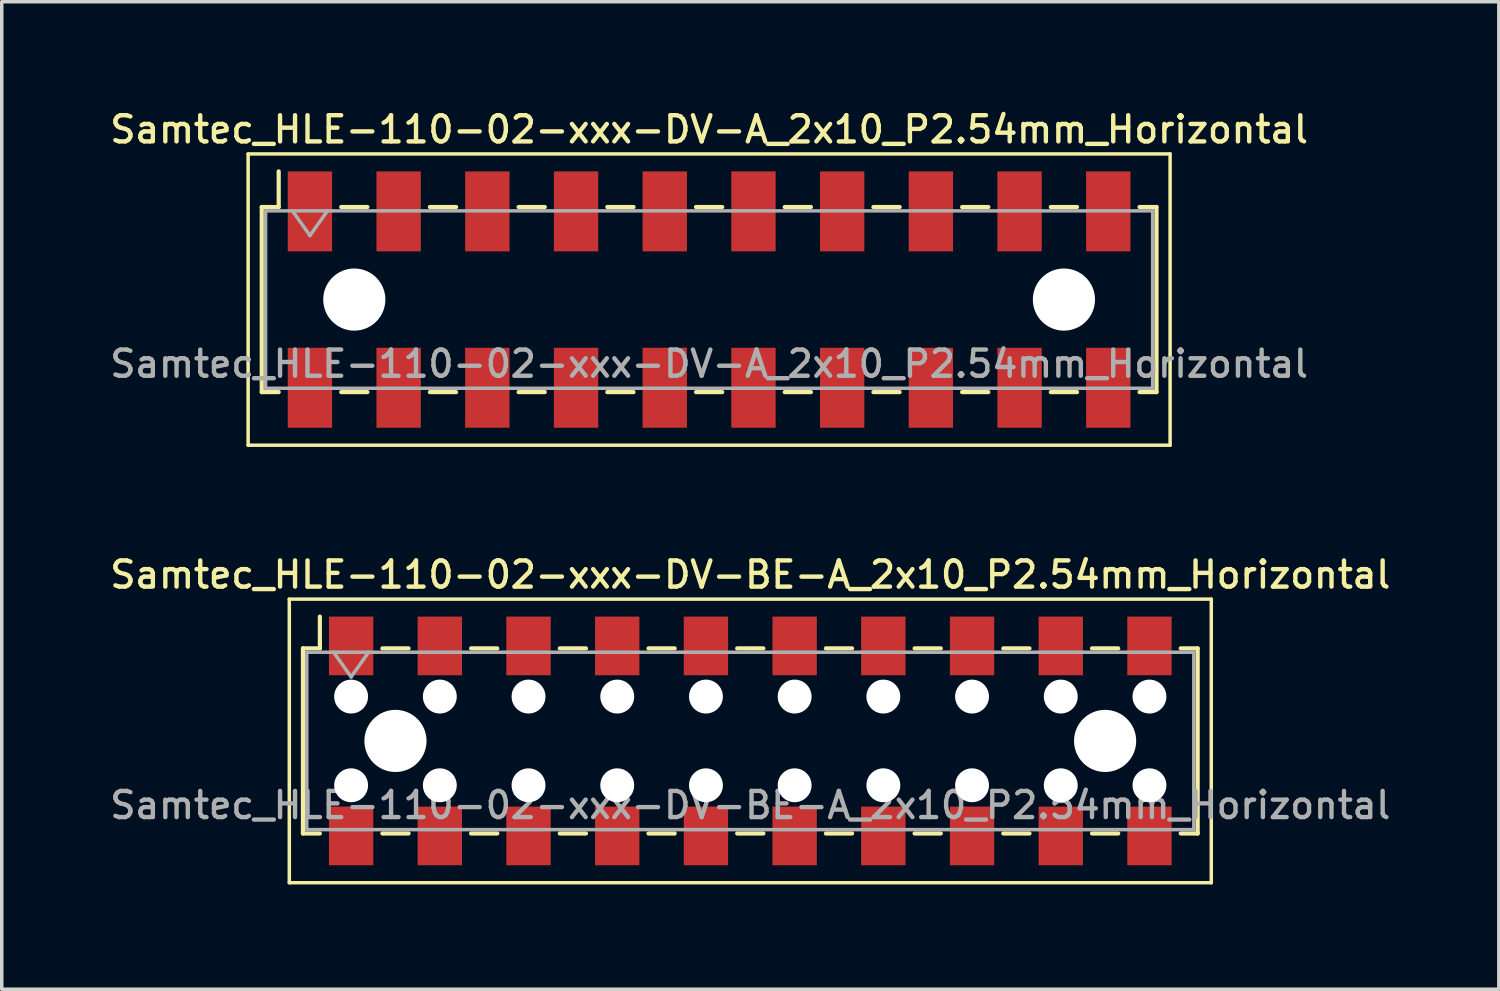
<source format=kicad_pcb>
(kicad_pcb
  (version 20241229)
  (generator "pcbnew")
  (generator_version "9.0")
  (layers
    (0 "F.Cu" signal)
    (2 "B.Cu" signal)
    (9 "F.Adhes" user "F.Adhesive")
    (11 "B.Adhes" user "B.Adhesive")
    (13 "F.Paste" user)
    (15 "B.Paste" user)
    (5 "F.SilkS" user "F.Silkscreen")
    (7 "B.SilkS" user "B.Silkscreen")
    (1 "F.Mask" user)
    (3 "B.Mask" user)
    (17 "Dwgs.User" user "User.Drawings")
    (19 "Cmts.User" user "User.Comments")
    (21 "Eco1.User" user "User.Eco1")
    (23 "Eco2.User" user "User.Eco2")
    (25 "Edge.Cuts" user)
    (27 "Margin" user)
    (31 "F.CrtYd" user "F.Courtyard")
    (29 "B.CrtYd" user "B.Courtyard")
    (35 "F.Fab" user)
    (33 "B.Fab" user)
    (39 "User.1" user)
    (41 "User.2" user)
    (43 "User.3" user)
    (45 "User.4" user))
  (footprint "Samtec_HLE-110-02-xxx-DV-A_2x10_P2.54mm_Horizontal"
    (layer "F.Cu")
    (at 17.255 5.528)
    (property "Reference" "Samtec_HLE-110-02-xxx-DV-A_2x10_P2.54mm_Horizontal" (at 0 -4.87 0) (layer "F.SilkS") (effects (font (size 0.75 0.75) (thickness 0.125))))
    (attr smd)
    (fp_line (start -13.2 -4.17) (end 13.2 -4.17) (stroke (width 0.1) (type solid)) (layer "F.SilkS"))
    (fp_line (start -13.2 4.17) (end -13.2 -4.17) (stroke (width 0.1) (type solid)) (layer "F.SilkS"))
    (fp_line (start -12.81 -2.65) (end -12.81 2.65) (stroke (width 0.12) (type solid)) (layer "F.SilkS"))
    (fp_line (start -12.81 2.65) (end -12.325 2.65) (stroke (width 0.12) (type solid)) (layer "F.SilkS"))
    (fp_line (start -12.325 -3.67) (end -12.325 -2.65) (stroke (width 0.12) (type solid)) (layer "F.SilkS"))
    (fp_line (start -12.325 -2.65) (end -12.81 -2.65) (stroke (width 0.12) (type solid)) (layer "F.SilkS"))
    (fp_line (start -10.535 -2.65) (end -9.785 -2.65) (stroke (width 0.12) (type solid)) (layer "F.SilkS"))
    (fp_line (start -10.535 2.65) (end -9.785 2.65) (stroke (width 0.12) (type solid)) (layer "F.SilkS"))
    (fp_line (start -7.995 -2.65) (end -7.245 -2.65) (stroke (width 0.12) (type solid)) (layer "F.SilkS"))
    (fp_line (start -7.995 2.65) (end -7.245 2.65) (stroke (width 0.12) (type solid)) (layer "F.SilkS"))
    (fp_line (start -5.455 -2.65) (end -4.705 -2.65) (stroke (width 0.12) (type solid)) (layer "F.SilkS"))
    (fp_line (start -5.455 2.65) (end -4.705 2.65) (stroke (width 0.12) (type solid)) (layer "F.SilkS"))
    (fp_line (start -2.915 -2.65) (end -2.165 -2.65) (stroke (width 0.12) (type solid)) (layer "F.SilkS"))
    (fp_line (start -2.915 2.65) (end -2.165 2.65) (stroke (width 0.12) (type solid)) (layer "F.SilkS"))
    (fp_line (start -0.375 -2.65) (end 0.375 -2.65) (stroke (width 0.12) (type solid)) (layer "F.SilkS"))
    (fp_line (start -0.375 2.65) (end 0.375 2.65) (stroke (width 0.12) (type solid)) (layer "F.SilkS"))
    (fp_line (start 2.165 -2.65) (end 2.915 -2.65) (stroke (width 0.12) (type solid)) (layer "F.SilkS"))
    (fp_line (start 2.165 2.65) (end 2.915 2.65) (stroke (width 0.12) (type solid)) (layer "F.SilkS"))
    (fp_line (start 4.705 -2.65) (end 5.455 -2.65) (stroke (width 0.12) (type solid)) (layer "F.SilkS"))
    (fp_line (start 4.705 2.65) (end 5.455 2.65) (stroke (width 0.12) (type solid)) (layer "F.SilkS"))
    (fp_line (start 7.245 -2.65) (end 7.995 -2.65) (stroke (width 0.12) (type solid)) (layer "F.SilkS"))
    (fp_line (start 7.245 2.65) (end 7.995 2.65) (stroke (width 0.12) (type solid)) (layer "F.SilkS"))
    (fp_line (start 9.785 -2.65) (end 10.535 -2.65) (stroke (width 0.12) (type solid)) (layer "F.SilkS"))
    (fp_line (start 9.785 2.65) (end 10.535 2.65) (stroke (width 0.12) (type solid)) (layer "F.SilkS"))
    (fp_line (start 12.325 -2.65) (end 12.81 -2.65) (stroke (width 0.12) (type solid)) (layer "F.SilkS"))
    (fp_line (start 12.81 -2.65) (end 12.81 2.65) (stroke (width 0.12) (type solid)) (layer "F.SilkS"))
    (fp_line (start 12.81 2.65) (end 12.325 2.65) (stroke (width 0.12) (type solid)) (layer "F.SilkS"))
    (fp_line (start 13.2 -4.17) (end 13.2 4.17) (stroke (width 0.1) (type solid)) (layer "F.SilkS"))
    (fp_line (start 13.2 4.17) (end -13.2 4.17) (stroke (width 0.1) (type solid)) (layer "F.SilkS"))
    (fp_line (start -12.7 -2.54) (end 12.7 -2.54) (stroke (width 0.1) (type solid)) (layer "F.Fab"))
    (fp_line (start -12.7 2.54) (end -12.7 -2.54) (stroke (width 0.1) (type solid)) (layer "F.Fab"))
    (fp_line (start -11.93 -2.54) (end -11.43 -1.833) (stroke (width 0.1) (type solid)) (layer "F.Fab"))
    (fp_line (start -11.43 -1.833) (end -10.93 -2.54) (stroke (width 0.1) (type solid)) (layer "F.Fab"))
    (fp_line (start 12.7 -2.54) (end 12.7 2.54) (stroke (width 0.1) (type solid)) (layer "F.Fab"))
    (fp_line (start 12.7 2.54) (end -12.7 2.54) (stroke (width 0.1) (type solid)) (layer "F.Fab"))
    (fp_text user "${REFERENCE}" (at 0 1.84 0) (layer "F.Fab") (effects (font (size 0.75 0.75) (thickness 0.125))))
    (pad "" np_thru_hole circle (at -10.16 0) (size 1.78 1.78) (drill 1.78) (layers "*.Cu" "*.Mask"))
    (pad "" np_thru_hole circle (at 10.16 0) (size 1.78 1.78) (drill 1.78) (layers "*.Cu" "*.Mask"))
    (pad "1" smd rect (at -11.43 -2.525) (size 1.27 2.29) (layers "F.Cu" "F.Mask" "F.Paste"))
    (pad "2" smd rect (at -11.43 2.525) (size 1.27 2.29) (layers "F.Cu" "F.Mask" "F.Paste"))
    (pad "3" smd rect (at -8.89 -2.525) (size 1.27 2.29) (layers "F.Cu" "F.Mask" "F.Paste"))
    (pad "4" smd rect (at -8.89 2.525) (size 1.27 2.29) (layers "F.Cu" "F.Mask" "F.Paste"))
    (pad "5" smd rect (at -6.35 -2.525) (size 1.27 2.29) (layers "F.Cu" "F.Mask" "F.Paste"))
    (pad "6" smd rect (at -6.35 2.525) (size 1.27 2.29) (layers "F.Cu" "F.Mask" "F.Paste"))
    (pad "7" smd rect (at -3.81 -2.525) (size 1.27 2.29) (layers "F.Cu" "F.Mask" "F.Paste"))
    (pad "8" smd rect (at -3.81 2.525) (size 1.27 2.29) (layers "F.Cu" "F.Mask" "F.Paste"))
    (pad "9" smd rect (at -1.27 -2.525) (size 1.27 2.29) (layers "F.Cu" "F.Mask" "F.Paste"))
    (pad "10" smd rect (at -1.27 2.525) (size 1.27 2.29) (layers "F.Cu" "F.Mask" "F.Paste"))
    (pad "11" smd rect (at 1.27 -2.525) (size 1.27 2.29) (layers "F.Cu" "F.Mask" "F.Paste"))
    (pad "12" smd rect (at 1.27 2.525) (size 1.27 2.29) (layers "F.Cu" "F.Mask" "F.Paste"))
    (pad "13" smd rect (at 3.81 -2.525) (size 1.27 2.29) (layers "F.Cu" "F.Mask" "F.Paste"))
    (pad "14" smd rect (at 3.81 2.525) (size 1.27 2.29) (layers "F.Cu" "F.Mask" "F.Paste"))
    (pad "15" smd rect (at 6.35 -2.525) (size 1.27 2.29) (layers "F.Cu" "F.Mask" "F.Paste"))
    (pad "16" smd rect (at 6.35 2.525) (size 1.27 2.29) (layers "F.Cu" "F.Mask" "F.Paste"))
    (pad "17" smd rect (at 8.89 -2.525) (size 1.27 2.29) (layers "F.Cu" "F.Mask" "F.Paste"))
    (pad "18" smd rect (at 8.89 2.525) (size 1.27 2.29) (layers "F.Cu" "F.Mask" "F.Paste"))
    (pad "19" smd rect (at 11.43 -2.525) (size 1.27 2.29) (layers "F.Cu" "F.Mask" "F.Paste"))
    (pad "20" smd rect (at 11.43 2.525) (size 1.27 2.29) (layers "F.Cu" "F.Mask" "F.Paste")))
  (footprint "Samtec_HLE-110-02-xxx-DV-BE-A_2x10_P2.54mm_Horizontal"
    (layer "F.Cu")
    (at 18.434 18.166)
    (property "Reference" "Samtec_HLE-110-02-xxx-DV-BE-A_2x10_P2.54mm_Horizontal" (at 0 -4.76 0) (layer "F.SilkS") (effects (font (size 0.75 0.75) (thickness 0.125))))
    (attr smd)
    (fp_line (start -13.2 -4.06) (end 13.2 -4.06) (stroke (width 0.1) (type solid)) (layer "F.SilkS"))
    (fp_line (start -13.2 4.06) (end -13.2 -4.06) (stroke (width 0.1) (type solid)) (layer "F.SilkS"))
    (fp_line (start -12.81 -2.65) (end -12.81 2.65) (stroke (width 0.12) (type solid)) (layer "F.SilkS"))
    (fp_line (start -12.81 2.65) (end -12.325 2.65) (stroke (width 0.12) (type solid)) (layer "F.SilkS"))
    (fp_line (start -12.325 -3.56) (end -12.325 -2.65) (stroke (width 0.12) (type solid)) (layer "F.SilkS"))
    (fp_line (start -12.325 -2.65) (end -12.81 -2.65) (stroke (width 0.12) (type solid)) (layer "F.SilkS"))
    (fp_line (start -10.535 -2.65) (end -9.785 -2.65) (stroke (width 0.12) (type solid)) (layer "F.SilkS"))
    (fp_line (start -10.535 2.65) (end -9.785 2.65) (stroke (width 0.12) (type solid)) (layer "F.SilkS"))
    (fp_line (start -7.995 -2.65) (end -7.245 -2.65) (stroke (width 0.12) (type solid)) (layer "F.SilkS"))
    (fp_line (start -7.995 2.65) (end -7.245 2.65) (stroke (width 0.12) (type solid)) (layer "F.SilkS"))
    (fp_line (start -5.455 -2.65) (end -4.705 -2.65) (stroke (width 0.12) (type solid)) (layer "F.SilkS"))
    (fp_line (start -5.455 2.65) (end -4.705 2.65) (stroke (width 0.12) (type solid)) (layer "F.SilkS"))
    (fp_line (start -2.915 -2.65) (end -2.165 -2.65) (stroke (width 0.12) (type solid)) (layer "F.SilkS"))
    (fp_line (start -2.915 2.65) (end -2.165 2.65) (stroke (width 0.12) (type solid)) (layer "F.SilkS"))
    (fp_line (start -0.375 -2.65) (end 0.375 -2.65) (stroke (width 0.12) (type solid)) (layer "F.SilkS"))
    (fp_line (start -0.375 2.65) (end 0.375 2.65) (stroke (width 0.12) (type solid)) (layer "F.SilkS"))
    (fp_line (start 2.165 -2.65) (end 2.915 -2.65) (stroke (width 0.12) (type solid)) (layer "F.SilkS"))
    (fp_line (start 2.165 2.65) (end 2.915 2.65) (stroke (width 0.12) (type solid)) (layer "F.SilkS"))
    (fp_line (start 4.705 -2.65) (end 5.455 -2.65) (stroke (width 0.12) (type solid)) (layer "F.SilkS"))
    (fp_line (start 4.705 2.65) (end 5.455 2.65) (stroke (width 0.12) (type solid)) (layer "F.SilkS"))
    (fp_line (start 7.245 -2.65) (end 7.995 -2.65) (stroke (width 0.12) (type solid)) (layer "F.SilkS"))
    (fp_line (start 7.245 2.65) (end 7.995 2.65) (stroke (width 0.12) (type solid)) (layer "F.SilkS"))
    (fp_line (start 9.785 -2.65) (end 10.535 -2.65) (stroke (width 0.12) (type solid)) (layer "F.SilkS"))
    (fp_line (start 9.785 2.65) (end 10.535 2.65) (stroke (width 0.12) (type solid)) (layer "F.SilkS"))
    (fp_line (start 12.325 -2.65) (end 12.81 -2.65) (stroke (width 0.12) (type solid)) (layer "F.SilkS"))
    (fp_line (start 12.81 -2.65) (end 12.81 2.65) (stroke (width 0.12) (type solid)) (layer "F.SilkS"))
    (fp_line (start 12.81 2.65) (end 12.325 2.65) (stroke (width 0.12) (type solid)) (layer "F.SilkS"))
    (fp_line (start 13.2 -4.06) (end 13.2 4.06) (stroke (width 0.1) (type solid)) (layer "F.SilkS"))
    (fp_line (start 13.2 4.06) (end -13.2 4.06) (stroke (width 0.1) (type solid)) (layer "F.SilkS"))
    (fp_line (start -12.7 -2.54) (end 12.7 -2.54) (stroke (width 0.1) (type solid)) (layer "F.Fab"))
    (fp_line (start -12.7 2.54) (end -12.7 -2.54) (stroke (width 0.1) (type solid)) (layer "F.Fab"))
    (fp_line (start -11.93 -2.54) (end -11.43 -1.833) (stroke (width 0.1) (type solid)) (layer "F.Fab"))
    (fp_line (start -11.43 -1.833) (end -10.93 -2.54) (stroke (width 0.1) (type solid)) (layer "F.Fab"))
    (fp_line (start 12.7 -2.54) (end 12.7 2.54) (stroke (width 0.1) (type solid)) (layer "F.Fab"))
    (fp_line (start 12.7 2.54) (end -12.7 2.54) (stroke (width 0.1) (type solid)) (layer "F.Fab"))
    (fp_text user "${REFERENCE}" (at 0 1.84 0) (layer "F.Fab") (effects (font (size 0.75 0.75) (thickness 0.125))))
    (pad "" np_thru_hole circle (at -11.43 -1.27) (size 0.97 0.97) (drill 0.97) (layers "*.Cu" "*.Mask"))
    (pad "" np_thru_hole circle (at -11.43 1.27) (size 0.97 0.97) (drill 0.97) (layers "*.Cu" "*.Mask"))
    (pad "" np_thru_hole circle (at -10.16 0) (size 1.78 1.78) (drill 1.78) (layers "*.Cu" "*.Mask"))
    (pad "" np_thru_hole circle (at -8.89 -1.27) (size 0.97 0.97) (drill 0.97) (layers "*.Cu" "*.Mask"))
    (pad "" np_thru_hole circle (at -8.89 1.27) (size 0.97 0.97) (drill 0.97) (layers "*.Cu" "*.Mask"))
    (pad "" np_thru_hole circle (at -6.35 -1.27) (size 0.97 0.97) (drill 0.97) (layers "*.Cu" "*.Mask"))
    (pad "" np_thru_hole circle (at -6.35 1.27) (size 0.97 0.97) (drill 0.97) (layers "*.Cu" "*.Mask"))
    (pad "" np_thru_hole circle (at -3.81 -1.27) (size 0.97 0.97) (drill 0.97) (layers "*.Cu" "*.Mask"))
    (pad "" np_thru_hole circle (at -3.81 1.27) (size 0.97 0.97) (drill 0.97) (layers "*.Cu" "*.Mask"))
    (pad "" np_thru_hole circle (at -1.27 -1.27) (size 0.97 0.97) (drill 0.97) (layers "*.Cu" "*.Mask"))
    (pad "" np_thru_hole circle (at -1.27 1.27) (size 0.97 0.97) (drill 0.97) (layers "*.Cu" "*.Mask"))
    (pad "" np_thru_hole circle (at 1.27 -1.27) (size 0.97 0.97) (drill 0.97) (layers "*.Cu" "*.Mask"))
    (pad "" np_thru_hole circle (at 1.27 1.27) (size 0.97 0.97) (drill 0.97) (layers "*.Cu" "*.Mask"))
    (pad "" np_thru_hole circle (at 3.81 -1.27) (size 0.97 0.97) (drill 0.97) (layers "*.Cu" "*.Mask"))
    (pad "" np_thru_hole circle (at 3.81 1.27) (size 0.97 0.97) (drill 0.97) (layers "*.Cu" "*.Mask"))
    (pad "" np_thru_hole circle (at 6.35 -1.27) (size 0.97 0.97) (drill 0.97) (layers "*.Cu" "*.Mask"))
    (pad "" np_thru_hole circle (at 6.35 1.27) (size 0.97 0.97) (drill 0.97) (layers "*.Cu" "*.Mask"))
    (pad "" np_thru_hole circle (at 8.89 -1.27) (size 0.97 0.97) (drill 0.97) (layers "*.Cu" "*.Mask"))
    (pad "" np_thru_hole circle (at 8.89 1.27) (size 0.97 0.97) (drill 0.97) (layers "*.Cu" "*.Mask"))
    (pad "" np_thru_hole circle (at 10.16 0) (size 1.78 1.78) (drill 1.78) (layers "*.Cu" "*.Mask"))
    (pad "" np_thru_hole circle (at 11.43 -1.27) (size 0.97 0.97) (drill 0.97) (layers "*.Cu" "*.Mask"))
    (pad "" np_thru_hole circle (at 11.43 1.27) (size 0.97 0.97) (drill 0.97) (layers "*.Cu" "*.Mask"))
    (pad "1" smd rect (at -11.43 -2.72) (size 1.27 1.68) (layers "F.Cu" "F.Mask" "F.Paste"))
    (pad "2" smd rect (at -11.43 2.72) (size 1.27 1.68) (layers "F.Cu" "F.Mask" "F.Paste"))
    (pad "3" smd rect (at -8.89 -2.72) (size 1.27 1.68) (layers "F.Cu" "F.Mask" "F.Paste"))
    (pad "4" smd rect (at -8.89 2.72) (size 1.27 1.68) (layers "F.Cu" "F.Mask" "F.Paste"))
    (pad "5" smd rect (at -6.35 -2.72) (size 1.27 1.68) (layers "F.Cu" "F.Mask" "F.Paste"))
    (pad "6" smd rect (at -6.35 2.72) (size 1.27 1.68) (layers "F.Cu" "F.Mask" "F.Paste"))
    (pad "7" smd rect (at -3.81 -2.72) (size 1.27 1.68) (layers "F.Cu" "F.Mask" "F.Paste"))
    (pad "8" smd rect (at -3.81 2.72) (size 1.27 1.68) (layers "F.Cu" "F.Mask" "F.Paste"))
    (pad "9" smd rect (at -1.27 -2.72) (size 1.27 1.68) (layers "F.Cu" "F.Mask" "F.Paste"))
    (pad "10" smd rect (at -1.27 2.72) (size 1.27 1.68) (layers "F.Cu" "F.Mask" "F.Paste"))
    (pad "11" smd rect (at 1.27 -2.72) (size 1.27 1.68) (layers "F.Cu" "F.Mask" "F.Paste"))
    (pad "12" smd rect (at 1.27 2.72) (size 1.27 1.68) (layers "F.Cu" "F.Mask" "F.Paste"))
    (pad "13" smd rect (at 3.81 -2.72) (size 1.27 1.68) (layers "F.Cu" "F.Mask" "F.Paste"))
    (pad "14" smd rect (at 3.81 2.72) (size 1.27 1.68) (layers "F.Cu" "F.Mask" "F.Paste"))
    (pad "15" smd rect (at 6.35 -2.72) (size 1.27 1.68) (layers "F.Cu" "F.Mask" "F.Paste"))
    (pad "16" smd rect (at 6.35 2.72) (size 1.27 1.68) (layers "F.Cu" "F.Mask" "F.Paste"))
    (pad "17" smd rect (at 8.89 -2.72) (size 1.27 1.68) (layers "F.Cu" "F.Mask" "F.Paste"))
    (pad "18" smd rect (at 8.89 2.72) (size 1.27 1.68) (layers "F.Cu" "F.Mask" "F.Paste"))
    (pad "19" smd rect (at 11.43 -2.72) (size 1.27 1.68) (layers "F.Cu" "F.Mask" "F.Paste"))
    (pad "20" smd rect (at 11.43 2.72) (size 1.27 1.68) (layers "F.Cu" "F.Mask" "F.Paste")))
  (gr_rect
    (start -3 -3)
    (end 39.868 25.276)
    (stroke (width 0.1) (type default))
    (fill no)
    (layer "Edge.Cuts")))
</source>
